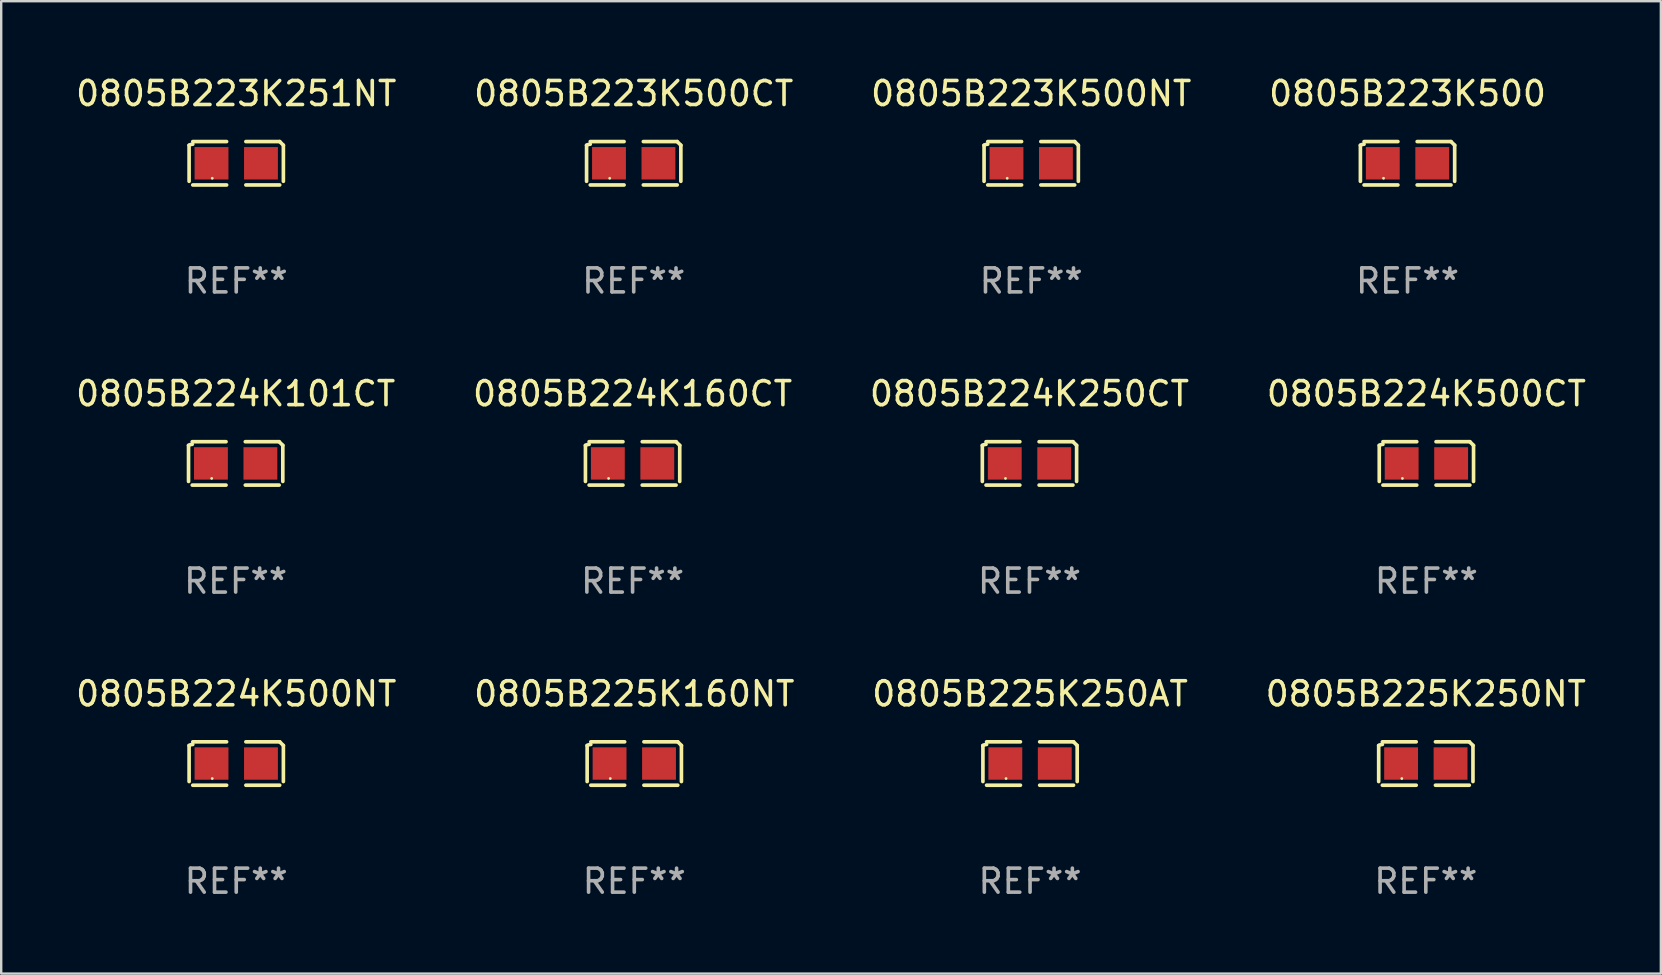
<source format=kicad_pcb>
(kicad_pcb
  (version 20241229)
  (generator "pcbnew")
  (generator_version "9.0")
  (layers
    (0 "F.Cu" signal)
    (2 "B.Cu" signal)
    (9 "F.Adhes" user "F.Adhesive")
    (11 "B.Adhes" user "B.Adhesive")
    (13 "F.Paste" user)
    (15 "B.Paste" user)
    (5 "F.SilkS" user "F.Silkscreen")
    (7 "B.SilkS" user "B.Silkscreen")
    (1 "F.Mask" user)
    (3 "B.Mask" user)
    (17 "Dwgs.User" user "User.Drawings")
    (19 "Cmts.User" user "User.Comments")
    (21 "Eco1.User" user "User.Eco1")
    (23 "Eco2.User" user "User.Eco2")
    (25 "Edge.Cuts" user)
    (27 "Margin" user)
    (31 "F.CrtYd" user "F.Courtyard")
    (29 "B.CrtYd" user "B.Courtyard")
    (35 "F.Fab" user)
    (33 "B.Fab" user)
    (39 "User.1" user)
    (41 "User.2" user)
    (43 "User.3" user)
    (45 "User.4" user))
  (footprint "0805B223K500"
    (layer "F.Cu")
    (at 55.589 3.752)
    (property "Reference" "0805B223K500" (at 0 -2.904 0) (layer "F.SilkS") (effects (font (size 1 1) (thickness 0.15))))
    (attr through_hole)
    (fp_line (start -1.964 0.751) (end -1.964 -0.751) (stroke (width 0.152) (type solid)) (layer "F.SilkS"))
    (fp_line (start -1.811 -0.904) (end -0.401 -0.904) (stroke (width 0.152) (type solid)) (layer "F.SilkS"))
    (fp_line (start -0.401 0.904) (end -1.811 0.904) (stroke (width 0.152) (type solid)) (layer "F.SilkS"))
    (fp_line (start 0.401 0.904) (end 1.811 0.904) (stroke (width 0.152) (type solid)) (layer "F.SilkS"))
    (fp_line (start 1.811 -0.904) (end 0.401 -0.904) (stroke (width 0.152) (type solid)) (layer "F.SilkS"))
    (fp_line (start 1.964 0.751) (end 1.964 -0.751) (stroke (width 0.152) (type solid)) (layer "F.SilkS"))
    (fp_arc (start -1.963602 -0.751207) (mid -1.890354 -0.783131) (end -1.811201 -0.794044) (stroke (width 0.1524) (type solid)) (layer "F.SilkS"))
    (fp_arc (start 1.811202 -0.903607) (mid 1.887413 -0.827418) (end 1.963602 -0.751207) (stroke (width 0.1524) (type solid)) (layer "F.SilkS"))
    (fp_circle (center -1 0.625) (end -0.97 0.625) (stroke (width 0.06) (type solid)) (fill no) (layer "F.SilkS"))
    (fp_text user "REF**" (at 0 4.904 0) (layer "F.Fab") (effects (font (size 1 1) (thickness 0.15))))
    (pad "1" smd rect (at -1.03 0) (size 1.41 1.35) (layers "F.Cu" "F.Mask" "F.Paste"))
    (pad "2" smd rect (at 1.03 0) (size 1.41 1.35) (layers "F.Cu" "F.Mask" "F.Paste")))
  (footprint "0805B225K250NT"
    (layer "F.Cu")
    (at 56.351 28.759)
    (property "Reference" "0805B225K250NT" (at 0 -2.904 0) (layer "F.SilkS") (effects (font (size 1 1) (thickness 0.15))))
    (attr through_hole)
    (fp_line (start -1.964 0.751) (end -1.964 -0.751) (stroke (width 0.152) (type solid)) (layer "F.SilkS"))
    (fp_line (start -1.811 -0.904) (end -0.401 -0.904) (stroke (width 0.152) (type solid)) (layer "F.SilkS"))
    (fp_line (start -0.401 0.904) (end -1.811 0.904) (stroke (width 0.152) (type solid)) (layer "F.SilkS"))
    (fp_line (start 0.401 0.904) (end 1.811 0.904) (stroke (width 0.152) (type solid)) (layer "F.SilkS"))
    (fp_line (start 1.811 -0.904) (end 0.401 -0.904) (stroke (width 0.152) (type solid)) (layer "F.SilkS"))
    (fp_line (start 1.964 0.751) (end 1.964 -0.751) (stroke (width 0.152) (type solid)) (layer "F.SilkS"))
    (fp_arc (start -1.963602 -0.751207) (mid -1.890354 -0.783131) (end -1.811201 -0.794044) (stroke (width 0.1524) (type solid)) (layer "F.SilkS"))
    (fp_arc (start 1.811202 -0.903607) (mid 1.887413 -0.827418) (end 1.963602 -0.751207) (stroke (width 0.1524) (type solid)) (layer "F.SilkS"))
    (fp_circle (center -1 0.625) (end -0.97 0.625) (stroke (width 0.06) (type solid)) (fill no) (layer "F.SilkS"))
    (fp_text user "REF**" (at 0 4.904 0) (layer "F.Fab") (effects (font (size 1 1) (thickness 0.15))))
    (pad "1" smd rect (at -1.03 0) (size 1.41 1.35) (layers "F.Cu" "F.Mask" "F.Paste"))
    (pad "2" smd rect (at 1.03 0) (size 1.41 1.35) (layers "F.Cu" "F.Mask" "F.Paste")))
  (footprint "0805B225K250AT"
    (layer "F.Cu")
    (at 39.863 28.759)
    (property "Reference" "0805B225K250AT" (at 0 -2.904 0) (layer "F.SilkS") (effects (font (size 1 1) (thickness 0.15))))
    (attr through_hole)
    (fp_line (start -1.964 0.751) (end -1.964 -0.751) (stroke (width 0.152) (type solid)) (layer "F.SilkS"))
    (fp_line (start -1.811 -0.904) (end -0.401 -0.904) (stroke (width 0.152) (type solid)) (layer "F.SilkS"))
    (fp_line (start -0.401 0.904) (end -1.811 0.904) (stroke (width 0.152) (type solid)) (layer "F.SilkS"))
    (fp_line (start 0.401 0.904) (end 1.811 0.904) (stroke (width 0.152) (type solid)) (layer "F.SilkS"))
    (fp_line (start 1.811 -0.904) (end 0.401 -0.904) (stroke (width 0.152) (type solid)) (layer "F.SilkS"))
    (fp_line (start 1.964 0.751) (end 1.964 -0.751) (stroke (width 0.152) (type solid)) (layer "F.SilkS"))
    (fp_arc (start -1.963602 -0.751207) (mid -1.890354 -0.783131) (end -1.811201 -0.794044) (stroke (width 0.1524) (type solid)) (layer "F.SilkS"))
    (fp_arc (start 1.811202 -0.903607) (mid 1.887413 -0.827418) (end 1.963602 -0.751207) (stroke (width 0.1524) (type solid)) (layer "F.SilkS"))
    (fp_circle (center -1 0.625) (end -0.97 0.625) (stroke (width 0.06) (type solid)) (fill no) (layer "F.SilkS"))
    (fp_text user "REF**" (at 0 4.904 0) (layer "F.Fab") (effects (font (size 1 1) (thickness 0.15))))
    (pad "1" smd rect (at -1.03 0) (size 1.41 1.35) (layers "F.Cu" "F.Mask" "F.Paste"))
    (pad "2" smd rect (at 1.03 0) (size 1.41 1.35) (layers "F.Cu" "F.Mask" "F.Paste")))
  (footprint "0805B224K500CT"
    (layer "F.Cu")
    (at 56.375 16.256)
    (property "Reference" "0805B224K500CT" (at 0 -2.904 0) (layer "F.SilkS") (effects (font (size 1 1) (thickness 0.15))))
    (attr through_hole)
    (fp_line (start -1.964 0.751) (end -1.964 -0.751) (stroke (width 0.152) (type solid)) (layer "F.SilkS"))
    (fp_line (start -1.811 -0.904) (end -0.401 -0.904) (stroke (width 0.152) (type solid)) (layer "F.SilkS"))
    (fp_line (start -0.401 0.904) (end -1.811 0.904) (stroke (width 0.152) (type solid)) (layer "F.SilkS"))
    (fp_line (start 0.401 0.904) (end 1.811 0.904) (stroke (width 0.152) (type solid)) (layer "F.SilkS"))
    (fp_line (start 1.811 -0.904) (end 0.401 -0.904) (stroke (width 0.152) (type solid)) (layer "F.SilkS"))
    (fp_line (start 1.964 0.751) (end 1.964 -0.751) (stroke (width 0.152) (type solid)) (layer "F.SilkS"))
    (fp_arc (start -1.963602 -0.751207) (mid -1.890354 -0.783131) (end -1.811201 -0.794044) (stroke (width 0.1524) (type solid)) (layer "F.SilkS"))
    (fp_arc (start 1.811202 -0.903607) (mid 1.887413 -0.827418) (end 1.963602 -0.751207) (stroke (width 0.1524) (type solid)) (layer "F.SilkS"))
    (fp_circle (center -1 0.625) (end -0.97 0.625) (stroke (width 0.06) (type solid)) (fill no) (layer "F.SilkS"))
    (fp_text user "REF**" (at 0 4.904 0) (layer "F.Fab") (effects (font (size 1 1) (thickness 0.15))))
    (pad "1" smd rect (at -1.03 0) (size 1.41 1.35) (layers "F.Cu" "F.Mask" "F.Paste"))
    (pad "2" smd rect (at 1.03 0) (size 1.41 1.35) (layers "F.Cu" "F.Mask" "F.Paste")))
  (footprint "0805B224K250CT"
    (layer "F.Cu")
    (at 39.839 16.256)
    (property "Reference" "0805B224K250CT" (at 0 -2.904 0) (layer "F.SilkS") (effects (font (size 1 1) (thickness 0.15))))
    (attr through_hole)
    (fp_line (start -1.964 0.751) (end -1.964 -0.751) (stroke (width 0.152) (type solid)) (layer "F.SilkS"))
    (fp_line (start -1.811 -0.904) (end -0.401 -0.904) (stroke (width 0.152) (type solid)) (layer "F.SilkS"))
    (fp_line (start -0.401 0.904) (end -1.811 0.904) (stroke (width 0.152) (type solid)) (layer "F.SilkS"))
    (fp_line (start 0.401 0.904) (end 1.811 0.904) (stroke (width 0.152) (type solid)) (layer "F.SilkS"))
    (fp_line (start 1.811 -0.904) (end 0.401 -0.904) (stroke (width 0.152) (type solid)) (layer "F.SilkS"))
    (fp_line (start 1.964 0.751) (end 1.964 -0.751) (stroke (width 0.152) (type solid)) (layer "F.SilkS"))
    (fp_arc (start -1.963602 -0.751207) (mid -1.890354 -0.783131) (end -1.811201 -0.794044) (stroke (width 0.1524) (type solid)) (layer "F.SilkS"))
    (fp_arc (start 1.811202 -0.903607) (mid 1.887413 -0.827418) (end 1.963602 -0.751207) (stroke (width 0.1524) (type solid)) (layer "F.SilkS"))
    (fp_circle (center -1 0.625) (end -0.97 0.625) (stroke (width 0.06) (type solid)) (fill no) (layer "F.SilkS"))
    (fp_text user "REF**" (at 0 4.904 0) (layer "F.Fab") (effects (font (size 1 1) (thickness 0.15))))
    (pad "1" smd rect (at -1.03 0) (size 1.41 1.35) (layers "F.Cu" "F.Mask" "F.Paste"))
    (pad "2" smd rect (at 1.03 0) (size 1.41 1.35) (layers "F.Cu" "F.Mask" "F.Paste")))
  (footprint "0805B223K500CT"
    (layer "F.Cu")
    (at 23.351 3.752)
    (property "Reference" "0805B223K500CT" (at 0 -2.904 0) (layer "F.SilkS") (effects (font (size 1 1) (thickness 0.15))))
    (attr through_hole)
    (fp_line (start -1.964 0.751) (end -1.964 -0.751) (stroke (width 0.152) (type solid)) (layer "F.SilkS"))
    (fp_line (start -1.811 -0.904) (end -0.401 -0.904) (stroke (width 0.152) (type solid)) (layer "F.SilkS"))
    (fp_line (start -0.401 0.904) (end -1.811 0.904) (stroke (width 0.152) (type solid)) (layer "F.SilkS"))
    (fp_line (start 0.401 0.904) (end 1.811 0.904) (stroke (width 0.152) (type solid)) (layer "F.SilkS"))
    (fp_line (start 1.811 -0.904) (end 0.401 -0.904) (stroke (width 0.152) (type solid)) (layer "F.SilkS"))
    (fp_line (start 1.964 0.751) (end 1.964 -0.751) (stroke (width 0.152) (type solid)) (layer "F.SilkS"))
    (fp_arc (start -1.963602 -0.751207) (mid -1.890354 -0.783131) (end -1.811201 -0.794044) (stroke (width 0.1524) (type solid)) (layer "F.SilkS"))
    (fp_arc (start 1.811202 -0.903607) (mid 1.887413 -0.827418) (end 1.963602 -0.751207) (stroke (width 0.1524) (type solid)) (layer "F.SilkS"))
    (fp_circle (center -1 0.625) (end -0.97 0.625) (stroke (width 0.06) (type solid)) (fill no) (layer "F.SilkS"))
    (fp_text user "REF**" (at 0 4.904 0) (layer "F.Fab") (effects (font (size 1 1) (thickness 0.15))))
    (pad "1" smd rect (at -1.03 0) (size 1.41 1.35) (layers "F.Cu" "F.Mask" "F.Paste"))
    (pad "2" smd rect (at 1.03 0) (size 1.41 1.35) (layers "F.Cu" "F.Mask" "F.Paste")))
  (footprint "0805B225K160NT"
    (layer "F.Cu")
    (at 23.375 28.759)
    (property "Reference" "0805B225K160NT" (at 0 -2.904 0) (layer "F.SilkS") (effects (font (size 1 1) (thickness 0.15))))
    (attr through_hole)
    (fp_line (start -1.964 0.751) (end -1.964 -0.751) (stroke (width 0.152) (type solid)) (layer "F.SilkS"))
    (fp_line (start -1.811 -0.904) (end -0.401 -0.904) (stroke (width 0.152) (type solid)) (layer "F.SilkS"))
    (fp_line (start -0.401 0.904) (end -1.811 0.904) (stroke (width 0.152) (type solid)) (layer "F.SilkS"))
    (fp_line (start 0.401 0.904) (end 1.811 0.904) (stroke (width 0.152) (type solid)) (layer "F.SilkS"))
    (fp_line (start 1.811 -0.904) (end 0.401 -0.904) (stroke (width 0.152) (type solid)) (layer "F.SilkS"))
    (fp_line (start 1.964 0.751) (end 1.964 -0.751) (stroke (width 0.152) (type solid)) (layer "F.SilkS"))
    (fp_arc (start -1.963602 -0.751207) (mid -1.890354 -0.783131) (end -1.811201 -0.794044) (stroke (width 0.1524) (type solid)) (layer "F.SilkS"))
    (fp_arc (start 1.811202 -0.903607) (mid 1.887413 -0.827418) (end 1.963602 -0.751207) (stroke (width 0.1524) (type solid)) (layer "F.SilkS"))
    (fp_circle (center -1 0.625) (end -0.97 0.625) (stroke (width 0.06) (type solid)) (fill no) (layer "F.SilkS"))
    (fp_text user "REF**" (at 0 4.904 0) (layer "F.Fab") (effects (font (size 1 1) (thickness 0.15))))
    (pad "1" smd rect (at -1.03 0) (size 1.41 1.35) (layers "F.Cu" "F.Mask" "F.Paste"))
    (pad "2" smd rect (at 1.03 0) (size 1.41 1.35) (layers "F.Cu" "F.Mask" "F.Paste")))
  (footprint "0805B224K160CT"
    (layer "F.Cu")
    (at 23.304 16.256)
    (property "Reference" "0805B224K160CT" (at 0 -2.904 0) (layer "F.SilkS") (effects (font (size 1 1) (thickness 0.15))))
    (attr through_hole)
    (fp_line (start -1.964 0.751) (end -1.964 -0.751) (stroke (width 0.152) (type solid)) (layer "F.SilkS"))
    (fp_line (start -1.811 -0.904) (end -0.401 -0.904) (stroke (width 0.152) (type solid)) (layer "F.SilkS"))
    (fp_line (start -0.401 0.904) (end -1.811 0.904) (stroke (width 0.152) (type solid)) (layer "F.SilkS"))
    (fp_line (start 0.401 0.904) (end 1.811 0.904) (stroke (width 0.152) (type solid)) (layer "F.SilkS"))
    (fp_line (start 1.811 -0.904) (end 0.401 -0.904) (stroke (width 0.152) (type solid)) (layer "F.SilkS"))
    (fp_line (start 1.964 0.751) (end 1.964 -0.751) (stroke (width 0.152) (type solid)) (layer "F.SilkS"))
    (fp_arc (start -1.963602 -0.751207) (mid -1.890354 -0.783131) (end -1.811201 -0.794044) (stroke (width 0.1524) (type solid)) (layer "F.SilkS"))
    (fp_arc (start 1.811202 -0.903607) (mid 1.887413 -0.827418) (end 1.963602 -0.751207) (stroke (width 0.1524) (type solid)) (layer "F.SilkS"))
    (fp_circle (center -1 0.625) (end -0.97 0.625) (stroke (width 0.06) (type solid)) (fill no) (layer "F.SilkS"))
    (fp_text user "REF**" (at 0 4.904 0) (layer "F.Fab") (effects (font (size 1 1) (thickness 0.15))))
    (pad "1" smd rect (at -1.03 0) (size 1.41 1.35) (layers "F.Cu" "F.Mask" "F.Paste"))
    (pad "2" smd rect (at 1.03 0) (size 1.41 1.35) (layers "F.Cu" "F.Mask" "F.Paste")))
  (footprint "0805B223K251NT"
    (layer "F.Cu")
    (at 6.792 3.752)
    (property "Reference" "0805B223K251NT" (at 0 -2.904 0) (layer "F.SilkS") (effects (font (size 1 1) (thickness 0.15))))
    (attr through_hole)
    (fp_line (start -1.964 0.751) (end -1.964 -0.751) (stroke (width 0.152) (type solid)) (layer "F.SilkS"))
    (fp_line (start -1.811 -0.904) (end -0.401 -0.904) (stroke (width 0.152) (type solid)) (layer "F.SilkS"))
    (fp_line (start -0.401 0.904) (end -1.811 0.904) (stroke (width 0.152) (type solid)) (layer "F.SilkS"))
    (fp_line (start 0.401 0.904) (end 1.811 0.904) (stroke (width 0.152) (type solid)) (layer "F.SilkS"))
    (fp_line (start 1.811 -0.904) (end 0.401 -0.904) (stroke (width 0.152) (type solid)) (layer "F.SilkS"))
    (fp_line (start 1.964 0.751) (end 1.964 -0.751) (stroke (width 0.152) (type solid)) (layer "F.SilkS"))
    (fp_arc (start -1.963602 -0.751207) (mid -1.890354 -0.783131) (end -1.811201 -0.794044) (stroke (width 0.1524) (type solid)) (layer "F.SilkS"))
    (fp_arc (start 1.811202 -0.903607) (mid 1.887413 -0.827418) (end 1.963602 -0.751207) (stroke (width 0.1524) (type solid)) (layer "F.SilkS"))
    (fp_circle (center -1 0.625) (end -0.97 0.625) (stroke (width 0.06) (type solid)) (fill no) (layer "F.SilkS"))
    (fp_text user "REF**" (at 0 4.904 0) (layer "F.Fab") (effects (font (size 1 1) (thickness 0.15))))
    (pad "1" smd rect (at -1.03 0) (size 1.41 1.35) (layers "F.Cu" "F.Mask" "F.Paste"))
    (pad "2" smd rect (at 1.03 0) (size 1.41 1.35) (layers "F.Cu" "F.Mask" "F.Paste")))
  (footprint "0805B224K500NT"
    (layer "F.Cu")
    (at 6.792 28.759)
    (property "Reference" "0805B224K500NT" (at 0 -2.904 0) (layer "F.SilkS") (effects (font (size 1 1) (thickness 0.15))))
    (attr through_hole)
    (fp_line (start -1.964 0.751) (end -1.964 -0.751) (stroke (width 0.152) (type solid)) (layer "F.SilkS"))
    (fp_line (start -1.811 -0.904) (end -0.401 -0.904) (stroke (width 0.152) (type solid)) (layer "F.SilkS"))
    (fp_line (start -0.401 0.904) (end -1.811 0.904) (stroke (width 0.152) (type solid)) (layer "F.SilkS"))
    (fp_line (start 0.401 0.904) (end 1.811 0.904) (stroke (width 0.152) (type solid)) (layer "F.SilkS"))
    (fp_line (start 1.811 -0.904) (end 0.401 -0.904) (stroke (width 0.152) (type solid)) (layer "F.SilkS"))
    (fp_line (start 1.964 0.751) (end 1.964 -0.751) (stroke (width 0.152) (type solid)) (layer "F.SilkS"))
    (fp_arc (start -1.963602 -0.751207) (mid -1.890354 -0.783131) (end -1.811201 -0.794044) (stroke (width 0.1524) (type solid)) (layer "F.SilkS"))
    (fp_arc (start 1.811202 -0.903607) (mid 1.887413 -0.827418) (end 1.963602 -0.751207) (stroke (width 0.1524) (type solid)) (layer "F.SilkS"))
    (fp_circle (center -1 0.625) (end -0.97 0.625) (stroke (width 0.06) (type solid)) (fill no) (layer "F.SilkS"))
    (fp_text user "REF**" (at 0 4.904 0) (layer "F.Fab") (effects (font (size 1 1) (thickness 0.15))))
    (pad "1" smd rect (at -1.03 0) (size 1.41 1.35) (layers "F.Cu" "F.Mask" "F.Paste"))
    (pad "2" smd rect (at 1.03 0) (size 1.41 1.35) (layers "F.Cu" "F.Mask" "F.Paste")))
  (footprint "0805B223K500NT"
    (layer "F.Cu")
    (at 39.911 3.752)
    (property "Reference" "0805B223K500NT" (at 0 -2.904 0) (layer "F.SilkS") (effects (font (size 1 1) (thickness 0.15))))
    (attr through_hole)
    (fp_line (start -1.964 0.751) (end -1.964 -0.751) (stroke (width 0.152) (type solid)) (layer "F.SilkS"))
    (fp_line (start -1.811 -0.904) (end -0.401 -0.904) (stroke (width 0.152) (type solid)) (layer "F.SilkS"))
    (fp_line (start -0.401 0.904) (end -1.811 0.904) (stroke (width 0.152) (type solid)) (layer "F.SilkS"))
    (fp_line (start 0.401 0.904) (end 1.811 0.904) (stroke (width 0.152) (type solid)) (layer "F.SilkS"))
    (fp_line (start 1.811 -0.904) (end 0.401 -0.904) (stroke (width 0.152) (type solid)) (layer "F.SilkS"))
    (fp_line (start 1.964 0.751) (end 1.964 -0.751) (stroke (width 0.152) (type solid)) (layer "F.SilkS"))
    (fp_arc (start -1.963602 -0.751207) (mid -1.890354 -0.783131) (end -1.811201 -0.794044) (stroke (width 0.1524) (type solid)) (layer "F.SilkS"))
    (fp_arc (start 1.811202 -0.903607) (mid 1.887413 -0.827418) (end 1.963602 -0.751207) (stroke (width 0.1524) (type solid)) (layer "F.SilkS"))
    (fp_circle (center -1 0.625) (end -0.97 0.625) (stroke (width 0.06) (type solid)) (fill no) (layer "F.SilkS"))
    (fp_text user "REF**" (at 0 4.904 0) (layer "F.Fab") (effects (font (size 1 1) (thickness 0.15))))
    (pad "1" smd rect (at -1.03 0) (size 1.41 1.35) (layers "F.Cu" "F.Mask" "F.Paste"))
    (pad "2" smd rect (at 1.03 0) (size 1.41 1.35) (layers "F.Cu" "F.Mask" "F.Paste")))
  (footprint "0805B224K101CT"
    (layer "F.Cu")
    (at 6.768 16.256)
    (property "Reference" "0805B224K101CT" (at 0 -2.904 0) (layer "F.SilkS") (effects (font (size 1 1) (thickness 0.15))))
    (attr through_hole)
    (fp_line (start -1.964 0.751) (end -1.964 -0.751) (stroke (width 0.152) (type solid)) (layer "F.SilkS"))
    (fp_line (start -1.811 -0.904) (end -0.401 -0.904) (stroke (width 0.152) (type solid)) (layer "F.SilkS"))
    (fp_line (start -0.401 0.904) (end -1.811 0.904) (stroke (width 0.152) (type solid)) (layer "F.SilkS"))
    (fp_line (start 0.401 0.904) (end 1.811 0.904) (stroke (width 0.152) (type solid)) (layer "F.SilkS"))
    (fp_line (start 1.811 -0.904) (end 0.401 -0.904) (stroke (width 0.152) (type solid)) (layer "F.SilkS"))
    (fp_line (start 1.964 0.751) (end 1.964 -0.751) (stroke (width 0.152) (type solid)) (layer "F.SilkS"))
    (fp_arc (start -1.963602 -0.751207) (mid -1.890354 -0.783131) (end -1.811201 -0.794044) (stroke (width 0.1524) (type solid)) (layer "F.SilkS"))
    (fp_arc (start 1.811202 -0.903607) (mid 1.887413 -0.827418) (end 1.963602 -0.751207) (stroke (width 0.1524) (type solid)) (layer "F.SilkS"))
    (fp_circle (center -1 0.625) (end -0.97 0.625) (stroke (width 0.06) (type solid)) (fill no) (layer "F.SilkS"))
    (fp_text user "REF**" (at 0 4.904 0) (layer "F.Fab") (effects (font (size 1 1) (thickness 0.15))))
    (pad "1" smd rect (at -1.03 0) (size 1.41 1.35) (layers "F.Cu" "F.Mask" "F.Paste"))
    (pad "2" smd rect (at 1.03 0) (size 1.41 1.35) (layers "F.Cu" "F.Mask" "F.Paste")))
  (gr_rect
    (start -3 -3)
    (end 66.143 37.511)
    (stroke (width 0.1) (type default))
    (fill no)
    (layer "Edge.Cuts")))
</source>
